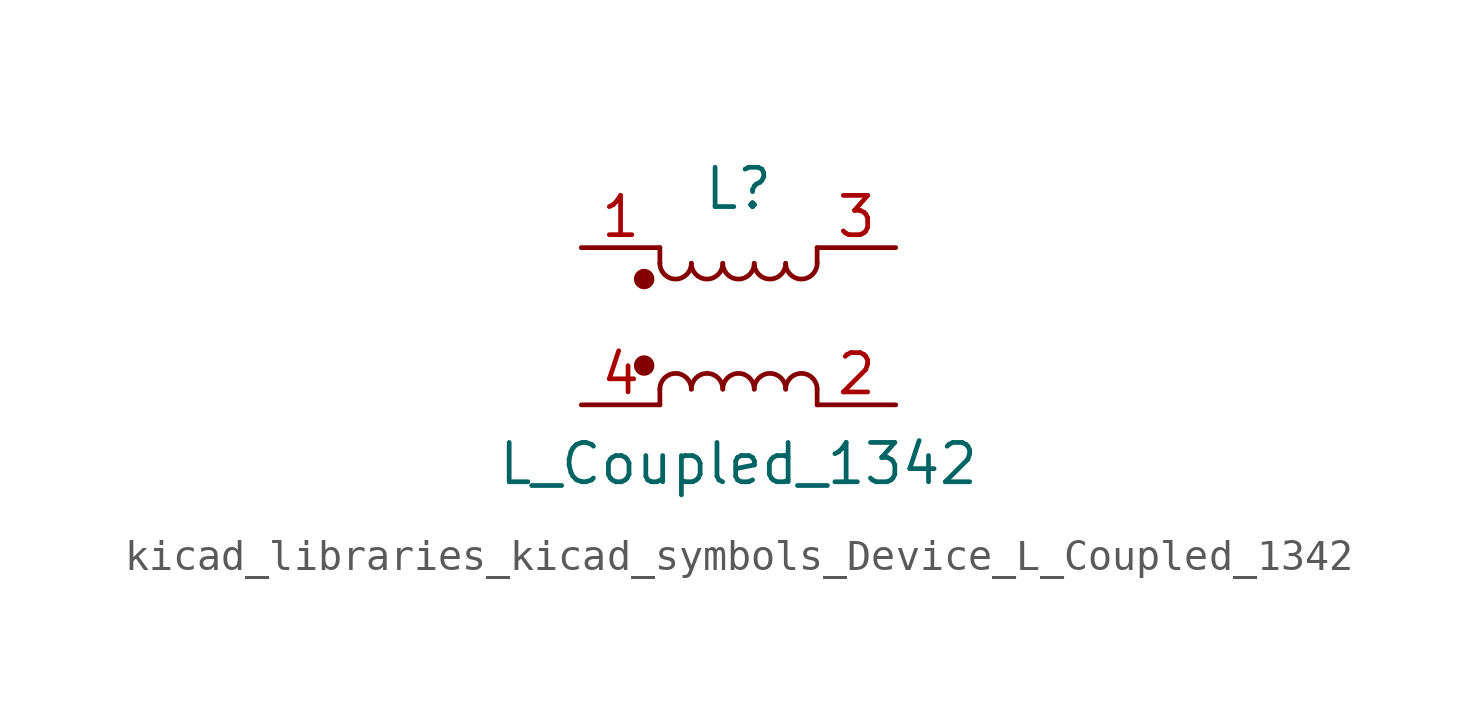
<source format=kicad_sym>
(kicad_symbol_lib
  (version 20220914)
  (generator kicad_symbol_editor)
  (symbol "kicad_libraries_kicad_symbols_Device_L_Coupled_1342"
    (pin_names
      (offset 0.254) hide)
    (property "Reference" "L"
      (at 0 4.445 0)
      (effects (font (size 1.27 1.27))))
    (property "Value" "L_Coupled_1342"
      (at 0 -4.445 0)
      (effects (font (size 1.27 1.27))))
    (symbol "kicad_libraries_kicad_symbols_Device_L_Coupled_1342_0_1"
      (circle (center -3.048 -1.27) (radius 0.254) (stroke (width 0) (type default)) (fill (type outline)))
      (circle (center -3.048 1.524) (radius 0.254) (stroke (width 0) (type default)) (fill (type outline)))
      (arc (start -2.54 2.032) (mid -2.032 1.5262) (end -1.524 2.032) (stroke (width 0) (type default)) (fill (type none)))
      (arc (start -1.524 -2.032) (mid -2.032 -1.5262) (end -2.54 -2.032) (stroke (width 0) (type default)) (fill (type none)))
      (arc (start -1.524 2.032) (mid -1.016 1.5262) (end -0.508 2.032) (stroke (width 0) (type default)) (fill (type none)))
      (arc (start -0.508 -2.032) (mid -1.016 -1.5262) (end -1.524 -2.032) (stroke (width 0) (type default)) (fill (type none)))
      (arc (start -0.508 2.032) (mid 0 1.5262) (end 0.508 2.032) (stroke (width 0) (type default)) (fill (type none)))
      (polyline (pts (xy -2.54 -2.032) (xy -2.54 -2.54)) (stroke (width 0) (type default)) (fill (type none)))
      (polyline (pts (xy -2.54 2.032) (xy -2.54 2.54)) (stroke (width 0) (type default)) (fill (type none)))
      (polyline (pts (xy 2.54 -2.032) (xy 2.54 -2.54)) (stroke (width 0) (type default)) (fill (type none)))
      (polyline (pts (xy 2.54 2.54) (xy 2.54 2.032)) (stroke (width 0) (type default)) (fill (type none)))
      (arc (start 0.508 -2.032) (mid 0 -1.5262) (end -0.508 -2.032) (stroke (width 0) (type default)) (fill (type none)))
      (arc (start 0.508 2.032) (mid 1.016 1.5262) (end 1.524 2.032) (stroke (width 0) (type default)) (fill (type none)))
      (arc (start 1.524 -2.032) (mid 1.016 -1.5262) (end 0.508 -2.032) (stroke (width 0) (type default)) (fill (type none)))
      (arc (start 1.524 2.032) (mid 2.032 1.5262) (end 2.54 2.032) (stroke (width 0) (type default)) (fill (type none)))
      (arc (start 2.54 -2.032) (mid 2.032 -1.5262) (end 1.524 -2.032) (stroke (width 0) (type default)) (fill (type none))))
    (symbol "kicad_libraries_kicad_symbols_Device_L_Coupled_1342_1_1"
      (pin passive line (at -5.08 2.54 0) (length 2.54) (name "1" (effects (font (size 1.27 1.27)))) (number "1" (effects (font (size 1.27 1.27)))))
      (pin passive line (at 5.08 -2.54 180) (length 2.54) (name "2" (effects (font (size 1.27 1.27)))) (number "2" (effects (font (size 1.27 1.27)))))
      (pin passive line (at 5.08 2.54 180) (length 2.54) (name "3" (effects (font (size 1.27 1.27)))) (number "3" (effects (font (size 1.27 1.27)))))
      (pin passive line (at -5.08 -2.54 0) (length 2.54) (name "4" (effects (font (size 1.27 1.27)))) (number "4" (effects (font (size 1.27 1.27))))))))
</source>
